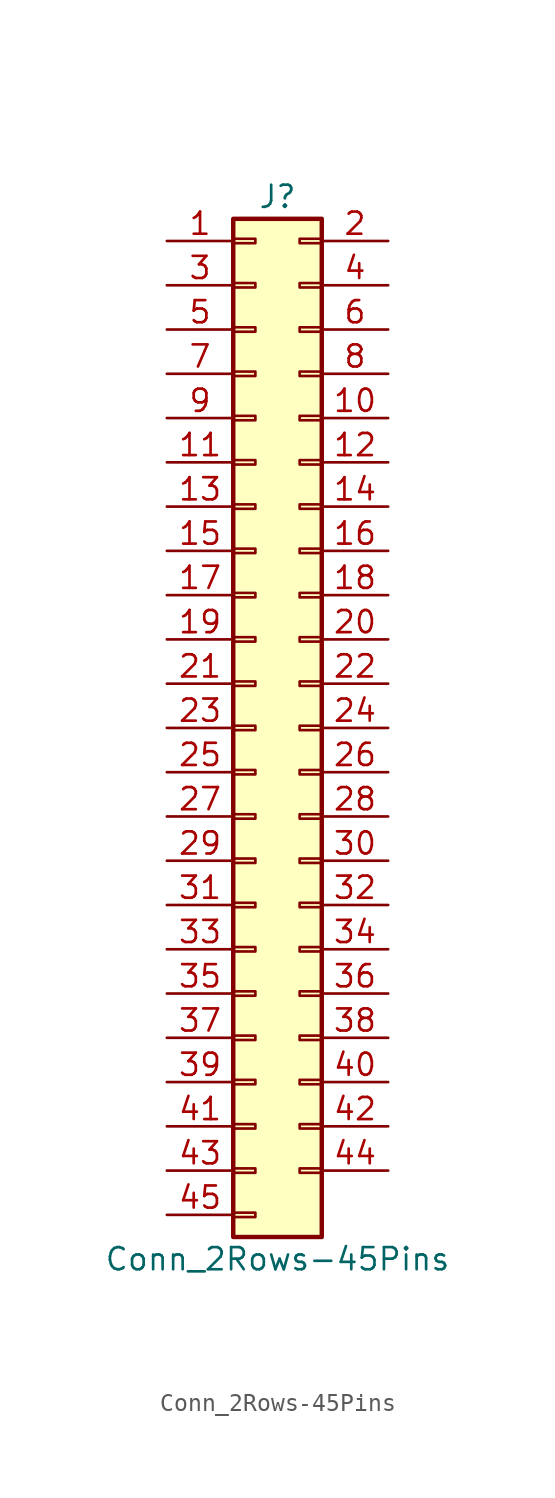
<source format=kicad_sym>
(kicad_symbol_lib
  (version 20201005)
  (generator kicad_symbol_editor)
  (symbol "Conn_2Rows-45Pins"
    (pin_names
      (offset 1.016) hide)
    (property "Reference" "J"
      (at 1.27 30.48 0)
      (effects (font (size 1.27 1.27))))
    (property "Value" "Conn_2Rows-45Pins"
      (at 1.27 -30.48 0)
      (effects (font (size 1.27 1.27))))
    (symbol "Conn_2Rows-45Pins_1_1"
      (rectangle (start -1.27 -27.813) (end 0 -28.067) (stroke (width 0.152)) (fill (type none)))
      (rectangle (start -1.27 -25.273) (end 0 -25.527) (stroke (width 0.152)) (fill (type none)))
      (rectangle (start -1.27 -22.733) (end 0 -22.987) (stroke (width 0.152)) (fill (type none)))
      (rectangle (start -1.27 -20.193) (end 0 -20.447) (stroke (width 0.152)) (fill (type none)))
      (rectangle (start -1.27 -17.653) (end 0 -17.907) (stroke (width 0.152)) (fill (type none)))
      (rectangle (start -1.27 -15.113) (end 0 -15.367) (stroke (width 0.152)) (fill (type none)))
      (rectangle (start -1.27 -12.573) (end 0 -12.827) (stroke (width 0.152)) (fill (type none)))
      (rectangle (start -1.27 -10.033) (end 0 -10.287) (stroke (width 0.152)) (fill (type none)))
      (rectangle (start -1.27 -7.493) (end 0 -7.747) (stroke (width 0.152)) (fill (type none)))
      (rectangle (start -1.27 -4.953) (end 0 -5.207) (stroke (width 0.152)) (fill (type none)))
      (rectangle (start -1.27 -2.413) (end 0 -2.667) (stroke (width 0.152)) (fill (type none)))
      (rectangle (start -1.27 0.127) (end 0 -0.127) (stroke (width 0.152)) (fill (type none)))
      (rectangle (start -1.27 2.667) (end 0 2.413) (stroke (width 0.152)) (fill (type none)))
      (rectangle (start -1.27 5.207) (end 0 4.953) (stroke (width 0.152)) (fill (type none)))
      (rectangle (start -1.27 7.747) (end 0 7.493) (stroke (width 0.152)) (fill (type none)))
      (rectangle (start -1.27 10.287) (end 0 10.033) (stroke (width 0.152)) (fill (type none)))
      (rectangle (start -1.27 12.827) (end 0 12.573) (stroke (width 0.152)) (fill (type none)))
      (rectangle (start -1.27 15.367) (end 0 15.113) (stroke (width 0.152)) (fill (type none)))
      (rectangle (start -1.27 17.907) (end 0 17.653) (stroke (width 0.152)) (fill (type none)))
      (rectangle (start -1.27 20.447) (end 0 20.193) (stroke (width 0.152)) (fill (type none)))
      (rectangle (start -1.27 22.987) (end 0 22.733) (stroke (width 0.152)) (fill (type none)))
      (rectangle (start -1.27 25.527) (end 0 25.273) (stroke (width 0.152)) (fill (type none)))
      (rectangle (start -1.27 28.067) (end 0 27.813) (stroke (width 0.152)) (fill (type none)))
      (rectangle (start -1.27 29.21) (end 3.81 -29.21) (stroke (width 0.254)) (fill (type background)))
      (rectangle (start 3.81 -25.273) (end 2.54 -25.527) (stroke (width 0.152)) (fill (type none)))
      (rectangle (start 3.81 -22.733) (end 2.54 -22.987) (stroke (width 0.152)) (fill (type none)))
      (rectangle (start 3.81 -20.193) (end 2.54 -20.447) (stroke (width 0.152)) (fill (type none)))
      (rectangle (start 3.81 -17.653) (end 2.54 -17.907) (stroke (width 0.152)) (fill (type none)))
      (rectangle (start 3.81 -15.113) (end 2.54 -15.367) (stroke (width 0.152)) (fill (type none)))
      (rectangle (start 3.81 -12.573) (end 2.54 -12.827) (stroke (width 0.152)) (fill (type none)))
      (rectangle (start 3.81 -10.033) (end 2.54 -10.287) (stroke (width 0.152)) (fill (type none)))
      (rectangle (start 3.81 -7.493) (end 2.54 -7.747) (stroke (width 0.152)) (fill (type none)))
      (rectangle (start 3.81 -4.953) (end 2.54 -5.207) (stroke (width 0.152)) (fill (type none)))
      (rectangle (start 3.81 -2.413) (end 2.54 -2.667) (stroke (width 0.152)) (fill (type none)))
      (rectangle (start 3.81 0.127) (end 2.54 -0.127) (stroke (width 0.152)) (fill (type none)))
      (rectangle (start 3.81 2.667) (end 2.54 2.413) (stroke (width 0.152)) (fill (type none)))
      (rectangle (start 3.81 5.207) (end 2.54 4.953) (stroke (width 0.152)) (fill (type none)))
      (rectangle (start 3.81 7.747) (end 2.54 7.493) (stroke (width 0.152)) (fill (type none)))
      (rectangle (start 3.81 10.287) (end 2.54 10.033) (stroke (width 0.152)) (fill (type none)))
      (rectangle (start 3.81 12.827) (end 2.54 12.573) (stroke (width 0.152)) (fill (type none)))
      (rectangle (start 3.81 15.367) (end 2.54 15.113) (stroke (width 0.152)) (fill (type none)))
      (rectangle (start 3.81 17.907) (end 2.54 17.653) (stroke (width 0.152)) (fill (type none)))
      (rectangle (start 3.81 20.447) (end 2.54 20.193) (stroke (width 0.152)) (fill (type none)))
      (rectangle (start 3.81 22.987) (end 2.54 22.733) (stroke (width 0.152)) (fill (type none)))
      (rectangle (start 3.81 25.527) (end 2.54 25.273) (stroke (width 0.152)) (fill (type none)))
      (rectangle (start 3.81 28.067) (end 2.54 27.813) (stroke (width 0.152)) (fill (type none)))
      (pin passive line (at -5.08 27.94 0) (length 3.81) (name "Pin_1" (effects (font (size 1.27 1.27)))) (number "1" (effects (font (size 1.27 1.27)))))
      (pin passive line (at 7.62 17.78 180) (length 3.81) (name "Pin_10" (effects (font (size 1.27 1.27)))) (number "10" (effects (font (size 1.27 1.27)))))
      (pin passive line (at -5.08 15.24 0) (length 3.81) (name "Pin_11" (effects (font (size 1.27 1.27)))) (number "11" (effects (font (size 1.27 1.27)))))
      (pin passive line (at 7.62 15.24 180) (length 3.81) (name "Pin_12" (effects (font (size 1.27 1.27)))) (number "12" (effects (font (size 1.27 1.27)))))
      (pin passive line (at -5.08 12.7 0) (length 3.81) (name "Pin_13" (effects (font (size 1.27 1.27)))) (number "13" (effects (font (size 1.27 1.27)))))
      (pin passive line (at 7.62 12.7 180) (length 3.81) (name "Pin_14" (effects (font (size 1.27 1.27)))) (number "14" (effects (font (size 1.27 1.27)))))
      (pin passive line (at -5.08 10.16 0) (length 3.81) (name "Pin_15" (effects (font (size 1.27 1.27)))) (number "15" (effects (font (size 1.27 1.27)))))
      (pin passive line (at 7.62 10.16 180) (length 3.81) (name "Pin_16" (effects (font (size 1.27 1.27)))) (number "16" (effects (font (size 1.27 1.27)))))
      (pin passive line (at -5.08 7.62 0) (length 3.81) (name "Pin_17" (effects (font (size 1.27 1.27)))) (number "17" (effects (font (size 1.27 1.27)))))
      (pin passive line (at 7.62 7.62 180) (length 3.81) (name "Pin_18" (effects (font (size 1.27 1.27)))) (number "18" (effects (font (size 1.27 1.27)))))
      (pin passive line (at -5.08 5.08 0) (length 3.81) (name "Pin_19" (effects (font (size 1.27 1.27)))) (number "19" (effects (font (size 1.27 1.27)))))
      (pin passive line (at 7.62 27.94 180) (length 3.81) (name "Pin_2" (effects (font (size 1.27 1.27)))) (number "2" (effects (font (size 1.27 1.27)))))
      (pin passive line (at 7.62 5.08 180) (length 3.81) (name "Pin_20" (effects (font (size 1.27 1.27)))) (number "20" (effects (font (size 1.27 1.27)))))
      (pin passive line (at -5.08 2.54 0) (length 3.81) (name "Pin_21" (effects (font (size 1.27 1.27)))) (number "21" (effects (font (size 1.27 1.27)))))
      (pin passive line (at 7.62 2.54 180) (length 3.81) (name "Pin_22" (effects (font (size 1.27 1.27)))) (number "22" (effects (font (size 1.27 1.27)))))
      (pin passive line (at -5.08 0 0) (length 3.81) (name "Pin_23" (effects (font (size 1.27 1.27)))) (number "23" (effects (font (size 1.27 1.27)))))
      (pin passive line (at 7.62 0 180) (length 3.81) (name "Pin_24" (effects (font (size 1.27 1.27)))) (number "24" (effects (font (size 1.27 1.27)))))
      (pin passive line (at -5.08 -2.54 0) (length 3.81) (name "Pin_25" (effects (font (size 1.27 1.27)))) (number "25" (effects (font (size 1.27 1.27)))))
      (pin passive line (at 7.62 -2.54 180) (length 3.81) (name "Pin_26" (effects (font (size 1.27 1.27)))) (number "26" (effects (font (size 1.27 1.27)))))
      (pin passive line (at -5.08 -5.08 0) (length 3.81) (name "Pin_27" (effects (font (size 1.27 1.27)))) (number "27" (effects (font (size 1.27 1.27)))))
      (pin passive line (at 7.62 -5.08 180) (length 3.81) (name "Pin_28" (effects (font (size 1.27 1.27)))) (number "28" (effects (font (size 1.27 1.27)))))
      (pin passive line (at -5.08 -7.62 0) (length 3.81) (name "Pin_29" (effects (font (size 1.27 1.27)))) (number "29" (effects (font (size 1.27 1.27)))))
      (pin passive line (at -5.08 25.4 0) (length 3.81) (name "Pin_3" (effects (font (size 1.27 1.27)))) (number "3" (effects (font (size 1.27 1.27)))))
      (pin passive line (at 7.62 -7.62 180) (length 3.81) (name "Pin_30" (effects (font (size 1.27 1.27)))) (number "30" (effects (font (size 1.27 1.27)))))
      (pin passive line (at -5.08 -10.16 0) (length 3.81) (name "Pin_31" (effects (font (size 1.27 1.27)))) (number "31" (effects (font (size 1.27 1.27)))))
      (pin passive line (at 7.62 -10.16 180) (length 3.81) (name "Pin_32" (effects (font (size 1.27 1.27)))) (number "32" (effects (font (size 1.27 1.27)))))
      (pin passive line (at -5.08 -12.7 0) (length 3.81) (name "Pin_33" (effects (font (size 1.27 1.27)))) (number "33" (effects (font (size 1.27 1.27)))))
      (pin passive line (at 7.62 -12.7 180) (length 3.81) (name "Pin_34" (effects (font (size 1.27 1.27)))) (number "34" (effects (font (size 1.27 1.27)))))
      (pin passive line (at -5.08 -15.24 0) (length 3.81) (name "Pin_35" (effects (font (size 1.27 1.27)))) (number "35" (effects (font (size 1.27 1.27)))))
      (pin passive line (at 7.62 -15.24 180) (length 3.81) (name "Pin_36" (effects (font (size 1.27 1.27)))) (number "36" (effects (font (size 1.27 1.27)))))
      (pin passive line (at -5.08 -17.78 0) (length 3.81) (name "Pin_37" (effects (font (size 1.27 1.27)))) (number "37" (effects (font (size 1.27 1.27)))))
      (pin passive line (at 7.62 -17.78 180) (length 3.81) (name "Pin_38" (effects (font (size 1.27 1.27)))) (number "38" (effects (font (size 1.27 1.27)))))
      (pin passive line (at -5.08 -20.32 0) (length 3.81) (name "Pin_39" (effects (font (size 1.27 1.27)))) (number "39" (effects (font (size 1.27 1.27)))))
      (pin passive line (at 7.62 25.4 180) (length 3.81) (name "Pin_4" (effects (font (size 1.27 1.27)))) (number "4" (effects (font (size 1.27 1.27)))))
      (pin passive line (at 7.62 -20.32 180) (length 3.81) (name "Pin_40" (effects (font (size 1.27 1.27)))) (number "40" (effects (font (size 1.27 1.27)))))
      (pin passive line (at -5.08 -22.86 0) (length 3.81) (name "Pin_41" (effects (font (size 1.27 1.27)))) (number "41" (effects (font (size 1.27 1.27)))))
      (pin passive line (at 7.62 -22.86 180) (length 3.81) (name "Pin_42" (effects (font (size 1.27 1.27)))) (number "42" (effects (font (size 1.27 1.27)))))
      (pin passive line (at -5.08 -25.4 0) (length 3.81) (name "Pin_43" (effects (font (size 1.27 1.27)))) (number "43" (effects (font (size 1.27 1.27)))))
      (pin passive line (at 7.62 -25.4 180) (length 3.81) (name "Pin_44" (effects (font (size 1.27 1.27)))) (number "44" (effects (font (size 1.27 1.27)))))
      (pin passive line (at -5.08 -27.94 0) (length 3.81) (name "Pin_45" (effects (font (size 1.27 1.27)))) (number "45" (effects (font (size 1.27 1.27)))))
      (pin passive line (at -5.08 22.86 0) (length 3.81) (name "Pin_5" (effects (font (size 1.27 1.27)))) (number "5" (effects (font (size 1.27 1.27)))))
      (pin passive line (at 7.62 22.86 180) (length 3.81) (name "Pin_6" (effects (font (size 1.27 1.27)))) (number "6" (effects (font (size 1.27 1.27)))))
      (pin passive line (at -5.08 20.32 0) (length 3.81) (name "Pin_7" (effects (font (size 1.27 1.27)))) (number "7" (effects (font (size 1.27 1.27)))))
      (pin passive line (at 7.62 20.32 180) (length 3.81) (name "Pin_8" (effects (font (size 1.27 1.27)))) (number "8" (effects (font (size 1.27 1.27)))))
      (pin passive line (at -5.08 17.78 0) (length 3.81) (name "Pin_9" (effects (font (size 1.27 1.27)))) (number "9" (effects (font (size 1.27 1.27))))))))
</source>
